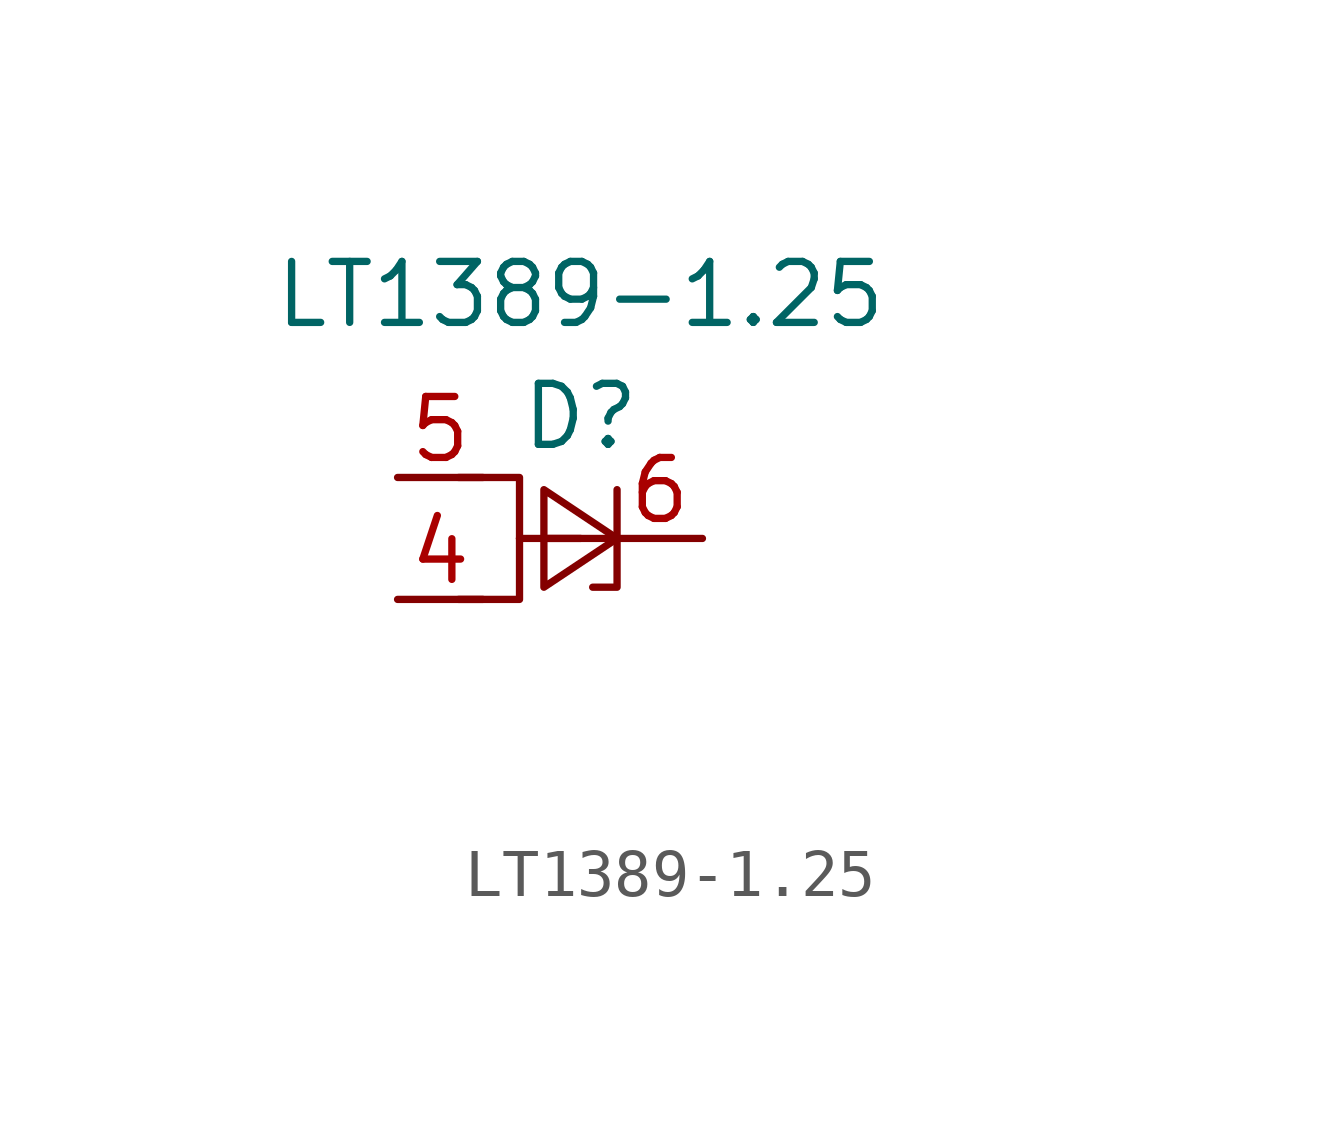
<source format=kicad_sym>
(kicad_symbol_lib
  (version 20211014)
  (generator kicad_symbol_editor)
  (symbol "LT1389-1.25"
    (pin_names
      (offset 1.016))
    (property "Reference" "D"
      (at 0 2.54 0)
      (effects (font (size 1.27 1.27))))
    (property "Value" "LT1389-1.25"
      (at 0 5.08 0)
      (effects (font (size 1.27 1.27))))
    (symbol "LT1389-1.25_0_1"
      (polyline (pts (xy 0 0) (xy -1.27 0)) (stroke (width 0) (type default) (color 0 0 0 0)) (fill (type none)))
      (polyline (pts (xy -2.54 -1.27) (xy -1.27 -1.27) (xy -1.27 0)) (stroke (width 0) (type default) (color 0 0 0 0)) (fill (type none)))
      (polyline (pts (xy -2.54 1.27) (xy -1.27 1.27) (xy -1.27 0)) (stroke (width 0) (type default) (color 0 0 0 0)) (fill (type none))))
    (symbol "LT1389-1.25_1_1"
      (polyline (pts (xy -0.762 0) (xy 0.762 0)) (stroke (width 0) (type default) (color 0 0 0 0)) (fill (type none)))
      (polyline (pts (xy 0.254 -1.016) (xy 0.762 -1.016) (xy 0.762 1.016)) (stroke (width 0) (type default) (color 0 0 0 0)) (fill (type none)))
      (polyline (pts (xy -0.762 -1.016) (xy 0.762 0) (xy -0.762 1.016) (xy -0.762 -1.016)) (stroke (width 0) (type default) (color 0 0 0 0)) (fill (type none)))
      (pin no_connect line (at 0 -5.08 90) (length 1.778) hide (name "~" (effects (font (size 1.27 1.27)))) (number "1" (effects (font (size 1.27 1.27)))))
      (pin no_connect line (at 2.54 -5.08 90) (length 1.778) hide (name "e~{}" (effects (font (size 1.27 1.27)))) (number "2" (effects (font (size 1.27 1.27)))))
      (pin no_connect line (at 5.08 -5.08 90) (length 1.778) hide (name "~" (effects (font (size 1.27 1.27)))) (number "3" (effects (font (size 1.27 1.27)))))
      (pin passive line (at -3.81 -1.27 0) (length 1.778) (name "~" (effects (font (size 1.27 1.27)))) (number "4" (effects (font (size 1.27 1.27)))))
      (pin passive line (at -3.81 1.27 0) (length 1.778) (name "~" (effects (font (size 1.27 1.27)))) (number "5" (effects (font (size 1.27 1.27)))))
      (pin passive line (at 2.54 0 180) (length 1.778) (name "~" (effects (font (size 1.27 1.27)))) (number "6" (effects (font (size 1.27 1.27)))))
      (pin no_connect line (at 7.62 -5.08 90) (length 1.778) hide (name "~" (effects (font (size 1.27 1.27)))) (number "7" (effects (font (size 1.27 1.27)))))
      (pin no_connect line (at 10.16 -5.08 90) (length 1.778) hide (name "~" (effects (font (size 1.27 1.27)))) (number "8" (effects (font (size 1.27 1.27))))))))
</source>
